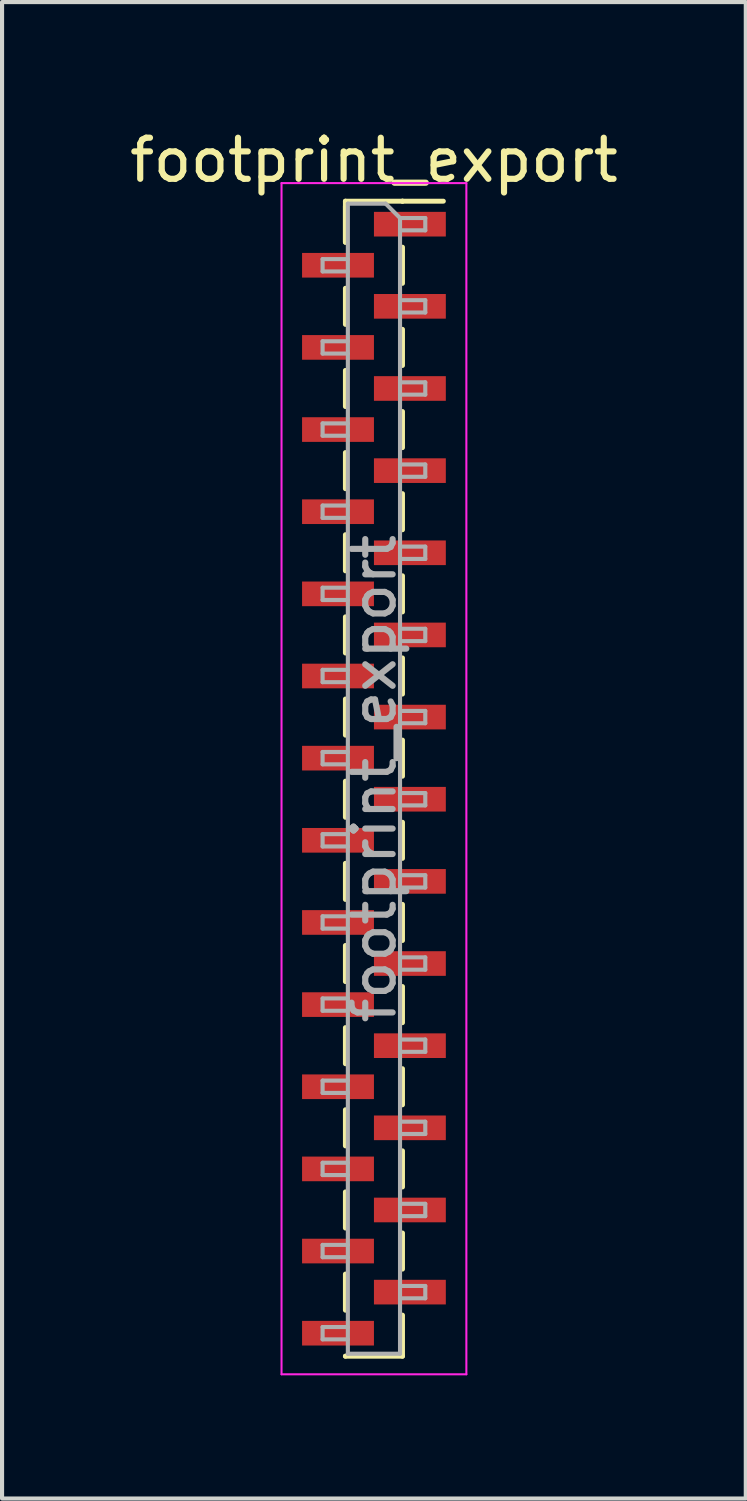
<source format=kicad_pcb>
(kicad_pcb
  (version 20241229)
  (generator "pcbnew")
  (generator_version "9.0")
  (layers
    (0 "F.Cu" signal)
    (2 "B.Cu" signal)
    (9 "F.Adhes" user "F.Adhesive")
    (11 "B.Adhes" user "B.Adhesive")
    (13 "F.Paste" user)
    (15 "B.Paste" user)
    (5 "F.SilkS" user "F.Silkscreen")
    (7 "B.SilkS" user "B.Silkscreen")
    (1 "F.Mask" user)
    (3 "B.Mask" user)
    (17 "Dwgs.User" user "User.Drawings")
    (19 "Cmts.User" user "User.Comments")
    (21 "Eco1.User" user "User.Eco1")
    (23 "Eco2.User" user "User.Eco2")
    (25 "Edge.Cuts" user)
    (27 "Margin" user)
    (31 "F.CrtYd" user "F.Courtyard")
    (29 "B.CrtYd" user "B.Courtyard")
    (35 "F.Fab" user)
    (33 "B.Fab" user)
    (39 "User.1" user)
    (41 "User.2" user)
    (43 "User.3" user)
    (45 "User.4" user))
  (footprint "footprint_export"
    (layer "F.Cu")
    (at 6.054 15.908)
    (property "Reference" "footprint_export" (at 0 -15.06 0) (layer "F.SilkS") (effects (font (size 1 1) (thickness 0.15))))
    (attr smd)
    (fp_line (start -0.695 -14.06) (end -0.695 -13.06) (stroke (width 0.12) (type solid)) (layer "F.SilkS"))
    (fp_line (start -0.695 -14.06) (end 0.695 -14.06) (stroke (width 0.12) (type solid)) (layer "F.SilkS"))
    (fp_line (start -0.695 -13.94) (end -0.695 -13.06) (stroke (width 0.12) (type solid)) (layer "F.SilkS"))
    (fp_line (start -0.695 -11.94) (end -0.695 -11.06) (stroke (width 0.12) (type solid)) (layer "F.SilkS"))
    (fp_line (start -0.695 -9.94) (end -0.695 -9.06) (stroke (width 0.12) (type solid)) (layer "F.SilkS"))
    (fp_line (start -0.695 -7.94) (end -0.695 -7.06) (stroke (width 0.12) (type solid)) (layer "F.SilkS"))
    (fp_line (start -0.695 -5.94) (end -0.695 -5.06) (stroke (width 0.12) (type solid)) (layer "F.SilkS"))
    (fp_line (start -0.695 -3.94) (end -0.695 -3.06) (stroke (width 0.12) (type solid)) (layer "F.SilkS"))
    (fp_line (start -0.695 -1.94) (end -0.695 -1.06) (stroke (width 0.12) (type solid)) (layer "F.SilkS"))
    (fp_line (start -0.695 0.06) (end -0.695 0.94) (stroke (width 0.12) (type solid)) (layer "F.SilkS"))
    (fp_line (start -0.695 2.06) (end -0.695 2.94) (stroke (width 0.12) (type solid)) (layer "F.SilkS"))
    (fp_line (start -0.695 4.06) (end -0.695 4.94) (stroke (width 0.12) (type solid)) (layer "F.SilkS"))
    (fp_line (start -0.695 6.06) (end -0.695 6.94) (stroke (width 0.12) (type solid)) (layer "F.SilkS"))
    (fp_line (start -0.695 8.06) (end -0.695 8.94) (stroke (width 0.12) (type solid)) (layer "F.SilkS"))
    (fp_line (start -0.695 10.06) (end -0.695 10.94) (stroke (width 0.12) (type solid)) (layer "F.SilkS"))
    (fp_line (start -0.695 12.06) (end -0.695 12.94) (stroke (width 0.12) (type solid)) (layer "F.SilkS"))
    (fp_line (start -0.695 14.06) (end -0.695 14.06) (stroke (width 0.12) (type solid)) (layer "F.SilkS"))
    (fp_line (start -0.695 14.06) (end 0.695 14.06) (stroke (width 0.12) (type solid)) (layer "F.SilkS"))
    (fp_line (start 0.695 -14.06) (end 0.695 -14.06) (stroke (width 0.12) (type solid)) (layer "F.SilkS"))
    (fp_line (start 0.695 -14.06) (end 1.69 -14.06) (stroke (width 0.12) (type solid)) (layer "F.SilkS"))
    (fp_line (start 0.695 -12.94) (end 0.695 -12.06) (stroke (width 0.12) (type solid)) (layer "F.SilkS"))
    (fp_line (start 0.695 -10.94) (end 0.695 -10.06) (stroke (width 0.12) (type solid)) (layer "F.SilkS"))
    (fp_line (start 0.695 -8.94) (end 0.695 -8.06) (stroke (width 0.12) (type solid)) (layer "F.SilkS"))
    (fp_line (start 0.695 -6.94) (end 0.695 -6.06) (stroke (width 0.12) (type solid)) (layer "F.SilkS"))
    (fp_line (start 0.695 -4.94) (end 0.695 -4.06) (stroke (width 0.12) (type solid)) (layer "F.SilkS"))
    (fp_line (start 0.695 -2.94) (end 0.695 -2.06) (stroke (width 0.12) (type solid)) (layer "F.SilkS"))
    (fp_line (start 0.695 -0.94) (end 0.695 -0.06) (stroke (width 0.12) (type solid)) (layer "F.SilkS"))
    (fp_line (start 0.695 1.06) (end 0.695 1.94) (stroke (width 0.12) (type solid)) (layer "F.SilkS"))
    (fp_line (start 0.695 3.06) (end 0.695 3.94) (stroke (width 0.12) (type solid)) (layer "F.SilkS"))
    (fp_line (start 0.695 5.06) (end 0.695 5.94) (stroke (width 0.12) (type solid)) (layer "F.SilkS"))
    (fp_line (start 0.695 7.06) (end 0.695 7.94) (stroke (width 0.12) (type solid)) (layer "F.SilkS"))
    (fp_line (start 0.695 9.06) (end 0.695 9.94) (stroke (width 0.12) (type solid)) (layer "F.SilkS"))
    (fp_line (start 0.695 11.06) (end 0.695 11.94) (stroke (width 0.12) (type solid)) (layer "F.SilkS"))
    (fp_line (start 0.695 13.06) (end 0.695 14.06) (stroke (width 0.12) (type solid)) (layer "F.SilkS"))
    (fp_line (start -2.25 -14.5) (end -2.25 14.5) (stroke (width 0.05) (type solid)) (layer "F.CrtYd"))
    (fp_line (start -2.25 14.5) (end 2.25 14.5) (stroke (width 0.05) (type solid)) (layer "F.CrtYd"))
    (fp_line (start 2.25 -14.5) (end -2.25 -14.5) (stroke (width 0.05) (type solid)) (layer "F.CrtYd"))
    (fp_line (start 2.25 14.5) (end 2.25 -14.5) (stroke (width 0.05) (type solid)) (layer "F.CrtYd"))
    (fp_line (start -1.25 -12.65) (end -1.25 -12.35) (stroke (width 0.1) (type solid)) (layer "F.Fab"))
    (fp_line (start -1.25 -12.35) (end -0.635 -12.35) (stroke (width 0.1) (type solid)) (layer "F.Fab"))
    (fp_line (start -1.25 -10.65) (end -1.25 -10.35) (stroke (width 0.1) (type solid)) (layer "F.Fab"))
    (fp_line (start -1.25 -10.35) (end -0.635 -10.35) (stroke (width 0.1) (type solid)) (layer "F.Fab"))
    (fp_line (start -1.25 -8.65) (end -1.25 -8.35) (stroke (width 0.1) (type solid)) (layer "F.Fab"))
    (fp_line (start -1.25 -8.35) (end -0.635 -8.35) (stroke (width 0.1) (type solid)) (layer "F.Fab"))
    (fp_line (start -1.25 -6.65) (end -1.25 -6.35) (stroke (width 0.1) (type solid)) (layer "F.Fab"))
    (fp_line (start -1.25 -6.35) (end -0.635 -6.35) (stroke (width 0.1) (type solid)) (layer "F.Fab"))
    (fp_line (start -1.25 -4.65) (end -1.25 -4.35) (stroke (width 0.1) (type solid)) (layer "F.Fab"))
    (fp_line (start -1.25 -4.35) (end -0.635 -4.35) (stroke (width 0.1) (type solid)) (layer "F.Fab"))
    (fp_line (start -1.25 -2.65) (end -1.25 -2.35) (stroke (width 0.1) (type solid)) (layer "F.Fab"))
    (fp_line (start -1.25 -2.35) (end -0.635 -2.35) (stroke (width 0.1) (type solid)) (layer "F.Fab"))
    (fp_line (start -1.25 -0.65) (end -1.25 -0.35) (stroke (width 0.1) (type solid)) (layer "F.Fab"))
    (fp_line (start -1.25 -0.35) (end -0.635 -0.35) (stroke (width 0.1) (type solid)) (layer "F.Fab"))
    (fp_line (start -1.25 1.35) (end -1.25 1.65) (stroke (width 0.1) (type solid)) (layer "F.Fab"))
    (fp_line (start -1.25 1.65) (end -0.635 1.65) (stroke (width 0.1) (type solid)) (layer "F.Fab"))
    (fp_line (start -1.25 3.35) (end -1.25 3.65) (stroke (width 0.1) (type solid)) (layer "F.Fab"))
    (fp_line (start -1.25 3.65) (end -0.635 3.65) (stroke (width 0.1) (type solid)) (layer "F.Fab"))
    (fp_line (start -1.25 5.35) (end -1.25 5.65) (stroke (width 0.1) (type solid)) (layer "F.Fab"))
    (fp_line (start -1.25 5.65) (end -0.635 5.65) (stroke (width 0.1) (type solid)) (layer "F.Fab"))
    (fp_line (start -1.25 7.35) (end -1.25 7.65) (stroke (width 0.1) (type solid)) (layer "F.Fab"))
    (fp_line (start -1.25 7.65) (end -0.635 7.65) (stroke (width 0.1) (type solid)) (layer "F.Fab"))
    (fp_line (start -1.25 9.35) (end -1.25 9.65) (stroke (width 0.1) (type solid)) (layer "F.Fab"))
    (fp_line (start -1.25 9.65) (end -0.635 9.65) (stroke (width 0.1) (type solid)) (layer "F.Fab"))
    (fp_line (start -1.25 11.35) (end -1.25 11.65) (stroke (width 0.1) (type solid)) (layer "F.Fab"))
    (fp_line (start -1.25 11.65) (end -0.635 11.65) (stroke (width 0.1) (type solid)) (layer "F.Fab"))
    (fp_line (start -1.25 13.35) (end -1.25 13.65) (stroke (width 0.1) (type solid)) (layer "F.Fab"))
    (fp_line (start -1.25 13.65) (end -0.635 13.65) (stroke (width 0.1) (type solid)) (layer "F.Fab"))
    (fp_line (start -0.635 -14) (end -0.635 14) (stroke (width 0.1) (type solid)) (layer "F.Fab"))
    (fp_line (start -0.635 -14) (end 0.285 -14) (stroke (width 0.1) (type solid)) (layer "F.Fab"))
    (fp_line (start -0.635 -12.65) (end -1.25 -12.65) (stroke (width 0.1) (type solid)) (layer "F.Fab"))
    (fp_line (start -0.635 -10.65) (end -1.25 -10.65) (stroke (width 0.1) (type solid)) (layer "F.Fab"))
    (fp_line (start -0.635 -8.65) (end -1.25 -8.65) (stroke (width 0.1) (type solid)) (layer "F.Fab"))
    (fp_line (start -0.635 -6.65) (end -1.25 -6.65) (stroke (width 0.1) (type solid)) (layer "F.Fab"))
    (fp_line (start -0.635 -4.65) (end -1.25 -4.65) (stroke (width 0.1) (type solid)) (layer "F.Fab"))
    (fp_line (start -0.635 -2.65) (end -1.25 -2.65) (stroke (width 0.1) (type solid)) (layer "F.Fab"))
    (fp_line (start -0.635 -0.65) (end -1.25 -0.65) (stroke (width 0.1) (type solid)) (layer "F.Fab"))
    (fp_line (start -0.635 1.35) (end -1.25 1.35) (stroke (width 0.1) (type solid)) (layer "F.Fab"))
    (fp_line (start -0.635 3.35) (end -1.25 3.35) (stroke (width 0.1) (type solid)) (layer "F.Fab"))
    (fp_line (start -0.635 5.35) (end -1.25 5.35) (stroke (width 0.1) (type solid)) (layer "F.Fab"))
    (fp_line (start -0.635 7.35) (end -1.25 7.35) (stroke (width 0.1) (type solid)) (layer "F.Fab"))
    (fp_line (start -0.635 9.35) (end -1.25 9.35) (stroke (width 0.1) (type solid)) (layer "F.Fab"))
    (fp_line (start -0.635 11.35) (end -1.25 11.35) (stroke (width 0.1) (type solid)) (layer "F.Fab"))
    (fp_line (start -0.635 13.35) (end -1.25 13.35) (stroke (width 0.1) (type solid)) (layer "F.Fab"))
    (fp_line (start 0.635 -13.65) (end 0.285 -14) (stroke (width 0.1) (type solid)) (layer "F.Fab"))
    (fp_line (start 0.635 -13.65) (end 1.25 -13.65) (stroke (width 0.1) (type solid)) (layer "F.Fab"))
    (fp_line (start 0.635 -11.65) (end 1.25 -11.65) (stroke (width 0.1) (type solid)) (layer "F.Fab"))
    (fp_line (start 0.635 -9.65) (end 1.25 -9.65) (stroke (width 0.1) (type solid)) (layer "F.Fab"))
    (fp_line (start 0.635 -7.65) (end 1.25 -7.65) (stroke (width 0.1) (type solid)) (layer "F.Fab"))
    (fp_line (start 0.635 -5.65) (end 1.25 -5.65) (stroke (width 0.1) (type solid)) (layer "F.Fab"))
    (fp_line (start 0.635 -3.65) (end 1.25 -3.65) (stroke (width 0.1) (type solid)) (layer "F.Fab"))
    (fp_line (start 0.635 -1.65) (end 1.25 -1.65) (stroke (width 0.1) (type solid)) (layer "F.Fab"))
    (fp_line (start 0.635 0.35) (end 1.25 0.35) (stroke (width 0.1) (type solid)) (layer "F.Fab"))
    (fp_line (start 0.635 2.35) (end 1.25 2.35) (stroke (width 0.1) (type solid)) (layer "F.Fab"))
    (fp_line (start 0.635 4.35) (end 1.25 4.35) (stroke (width 0.1) (type solid)) (layer "F.Fab"))
    (fp_line (start 0.635 6.35) (end 1.25 6.35) (stroke (width 0.1) (type solid)) (layer "F.Fab"))
    (fp_line (start 0.635 8.35) (end 1.25 8.35) (stroke (width 0.1) (type solid)) (layer "F.Fab"))
    (fp_line (start 0.635 10.35) (end 1.25 10.35) (stroke (width 0.1) (type solid)) (layer "F.Fab"))
    (fp_line (start 0.635 12.35) (end 1.25 12.35) (stroke (width 0.1) (type solid)) (layer "F.Fab"))
    (fp_line (start 0.635 14) (end -0.635 14) (stroke (width 0.1) (type solid)) (layer "F.Fab"))
    (fp_line (start 0.635 14) (end 0.635 -13.65) (stroke (width 0.1) (type solid)) (layer "F.Fab"))
    (fp_line (start 1.25 -13.65) (end 1.25 -13.35) (stroke (width 0.1) (type solid)) (layer "F.Fab"))
    (fp_line (start 1.25 -13.35) (end 0.635 -13.35) (stroke (width 0.1) (type solid)) (layer "F.Fab"))
    (fp_line (start 1.25 -11.65) (end 1.25 -11.35) (stroke (width 0.1) (type solid)) (layer "F.Fab"))
    (fp_line (start 1.25 -11.35) (end 0.635 -11.35) (stroke (width 0.1) (type solid)) (layer "F.Fab"))
    (fp_line (start 1.25 -9.65) (end 1.25 -9.35) (stroke (width 0.1) (type solid)) (layer "F.Fab"))
    (fp_line (start 1.25 -9.35) (end 0.635 -9.35) (stroke (width 0.1) (type solid)) (layer "F.Fab"))
    (fp_line (start 1.25 -7.65) (end 1.25 -7.35) (stroke (width 0.1) (type solid)) (layer "F.Fab"))
    (fp_line (start 1.25 -7.35) (end 0.635 -7.35) (stroke (width 0.1) (type solid)) (layer "F.Fab"))
    (fp_line (start 1.25 -5.65) (end 1.25 -5.35) (stroke (width 0.1) (type solid)) (layer "F.Fab"))
    (fp_line (start 1.25 -5.35) (end 0.635 -5.35) (stroke (width 0.1) (type solid)) (layer "F.Fab"))
    (fp_line (start 1.25 -3.65) (end 1.25 -3.35) (stroke (width 0.1) (type solid)) (layer "F.Fab"))
    (fp_line (start 1.25 -3.35) (end 0.635 -3.35) (stroke (width 0.1) (type solid)) (layer "F.Fab"))
    (fp_line (start 1.25 -1.65) (end 1.25 -1.35) (stroke (width 0.1) (type solid)) (layer "F.Fab"))
    (fp_line (start 1.25 -1.35) (end 0.635 -1.35) (stroke (width 0.1) (type solid)) (layer "F.Fab"))
    (fp_line (start 1.25 0.35) (end 1.25 0.65) (stroke (width 0.1) (type solid)) (layer "F.Fab"))
    (fp_line (start 1.25 0.65) (end 0.635 0.65) (stroke (width 0.1) (type solid)) (layer "F.Fab"))
    (fp_line (start 1.25 2.35) (end 1.25 2.65) (stroke (width 0.1) (type solid)) (layer "F.Fab"))
    (fp_line (start 1.25 2.65) (end 0.635 2.65) (stroke (width 0.1) (type solid)) (layer "F.Fab"))
    (fp_line (start 1.25 4.35) (end 1.25 4.65) (stroke (width 0.1) (type solid)) (layer "F.Fab"))
    (fp_line (start 1.25 4.65) (end 0.635 4.65) (stroke (width 0.1) (type solid)) (layer "F.Fab"))
    (fp_line (start 1.25 6.35) (end 1.25 6.65) (stroke (width 0.1) (type solid)) (layer "F.Fab"))
    (fp_line (start 1.25 6.65) (end 0.635 6.65) (stroke (width 0.1) (type solid)) (layer "F.Fab"))
    (fp_line (start 1.25 8.35) (end 1.25 8.65) (stroke (width 0.1) (type solid)) (layer "F.Fab"))
    (fp_line (start 1.25 8.65) (end 0.635 8.65) (stroke (width 0.1) (type solid)) (layer "F.Fab"))
    (fp_line (start 1.25 10.35) (end 1.25 10.65) (stroke (width 0.1) (type solid)) (layer "F.Fab"))
    (fp_line (start 1.25 10.65) (end 0.635 10.65) (stroke (width 0.1) (type solid)) (layer "F.Fab"))
    (fp_line (start 1.25 12.35) (end 1.25 12.65) (stroke (width 0.1) (type solid)) (layer "F.Fab"))
    (fp_line (start 1.25 12.65) (end 0.635 12.65) (stroke (width 0.1) (type solid)) (layer "F.Fab"))
    (fp_text user "${REFERENCE}" (at 0 0 90) (layer "F.Fab") (effects (font (size 1 1) (thickness 0.15))))
    (pad "1" smd rect (at 0.875 -13.5) (size 1.75 0.6) (layers "F.Cu" "F.Mask" "F.Paste"))
    (pad "2" smd rect (at -0.875 -12.5) (size 1.75 0.6) (layers "F.Cu" "F.Mask" "F.Paste"))
    (pad "3" smd rect (at 0.875 -11.5) (size 1.75 0.6) (layers "F.Cu" "F.Mask" "F.Paste"))
    (pad "4" smd rect (at -0.875 -10.5) (size 1.75 0.6) (layers "F.Cu" "F.Mask" "F.Paste"))
    (pad "5" smd rect (at 0.875 -9.5) (size 1.75 0.6) (layers "F.Cu" "F.Mask" "F.Paste"))
    (pad "6" smd rect (at -0.875 -8.5) (size 1.75 0.6) (layers "F.Cu" "F.Mask" "F.Paste"))
    (pad "7" smd rect (at 0.875 -7.5) (size 1.75 0.6) (layers "F.Cu" "F.Mask" "F.Paste"))
    (pad "8" smd rect (at -0.875 -6.5) (size 1.75 0.6) (layers "F.Cu" "F.Mask" "F.Paste"))
    (pad "9" smd rect (at 0.875 -5.5) (size 1.75 0.6) (layers "F.Cu" "F.Mask" "F.Paste"))
    (pad "10" smd rect (at -0.875 -4.5) (size 1.75 0.6) (layers "F.Cu" "F.Mask" "F.Paste"))
    (pad "11" smd rect (at 0.875 -3.5) (size 1.75 0.6) (layers "F.Cu" "F.Mask" "F.Paste"))
    (pad "12" smd rect (at -0.875 -2.5) (size 1.75 0.6) (layers "F.Cu" "F.Mask" "F.Paste"))
    (pad "13" smd rect (at 0.875 -1.5) (size 1.75 0.6) (layers "F.Cu" "F.Mask" "F.Paste"))
    (pad "14" smd rect (at -0.875 -0.5) (size 1.75 0.6) (layers "F.Cu" "F.Mask" "F.Paste"))
    (pad "15" smd rect (at 0.875 0.5) (size 1.75 0.6) (layers "F.Cu" "F.Mask" "F.Paste"))
    (pad "16" smd rect (at -0.875 1.5) (size 1.75 0.6) (layers "F.Cu" "F.Mask" "F.Paste"))
    (pad "17" smd rect (at 0.875 2.5) (size 1.75 0.6) (layers "F.Cu" "F.Mask" "F.Paste"))
    (pad "18" smd rect (at -0.875 3.5) (size 1.75 0.6) (layers "F.Cu" "F.Mask" "F.Paste"))
    (pad "19" smd rect (at 0.875 4.5) (size 1.75 0.6) (layers "F.Cu" "F.Mask" "F.Paste"))
    (pad "20" smd rect (at -0.875 5.5) (size 1.75 0.6) (layers "F.Cu" "F.Mask" "F.Paste"))
    (pad "21" smd rect (at 0.875 6.5) (size 1.75 0.6) (layers "F.Cu" "F.Mask" "F.Paste"))
    (pad "22" smd rect (at -0.875 7.5) (size 1.75 0.6) (layers "F.Cu" "F.Mask" "F.Paste"))
    (pad "23" smd rect (at 0.875 8.5) (size 1.75 0.6) (layers "F.Cu" "F.Mask" "F.Paste"))
    (pad "24" smd rect (at -0.875 9.5) (size 1.75 0.6) (layers "F.Cu" "F.Mask" "F.Paste"))
    (pad "25" smd rect (at 0.875 10.5) (size 1.75 0.6) (layers "F.Cu" "F.Mask" "F.Paste"))
    (pad "26" smd rect (at -0.875 11.5) (size 1.75 0.6) (layers "F.Cu" "F.Mask" "F.Paste"))
    (pad "27" smd rect (at 0.875 12.5) (size 1.75 0.6) (layers "F.Cu" "F.Mask" "F.Paste"))
    (pad "28" smd rect (at -0.875 13.5) (size 1.75 0.6) (layers "F.Cu" "F.Mask" "F.Paste")))
  (gr_rect
    (start -3 -3)
    (end 15.107 33.433)
    (stroke (width 0.1) (type default))
    (fill no)
    (layer "Edge.Cuts")))
</source>
